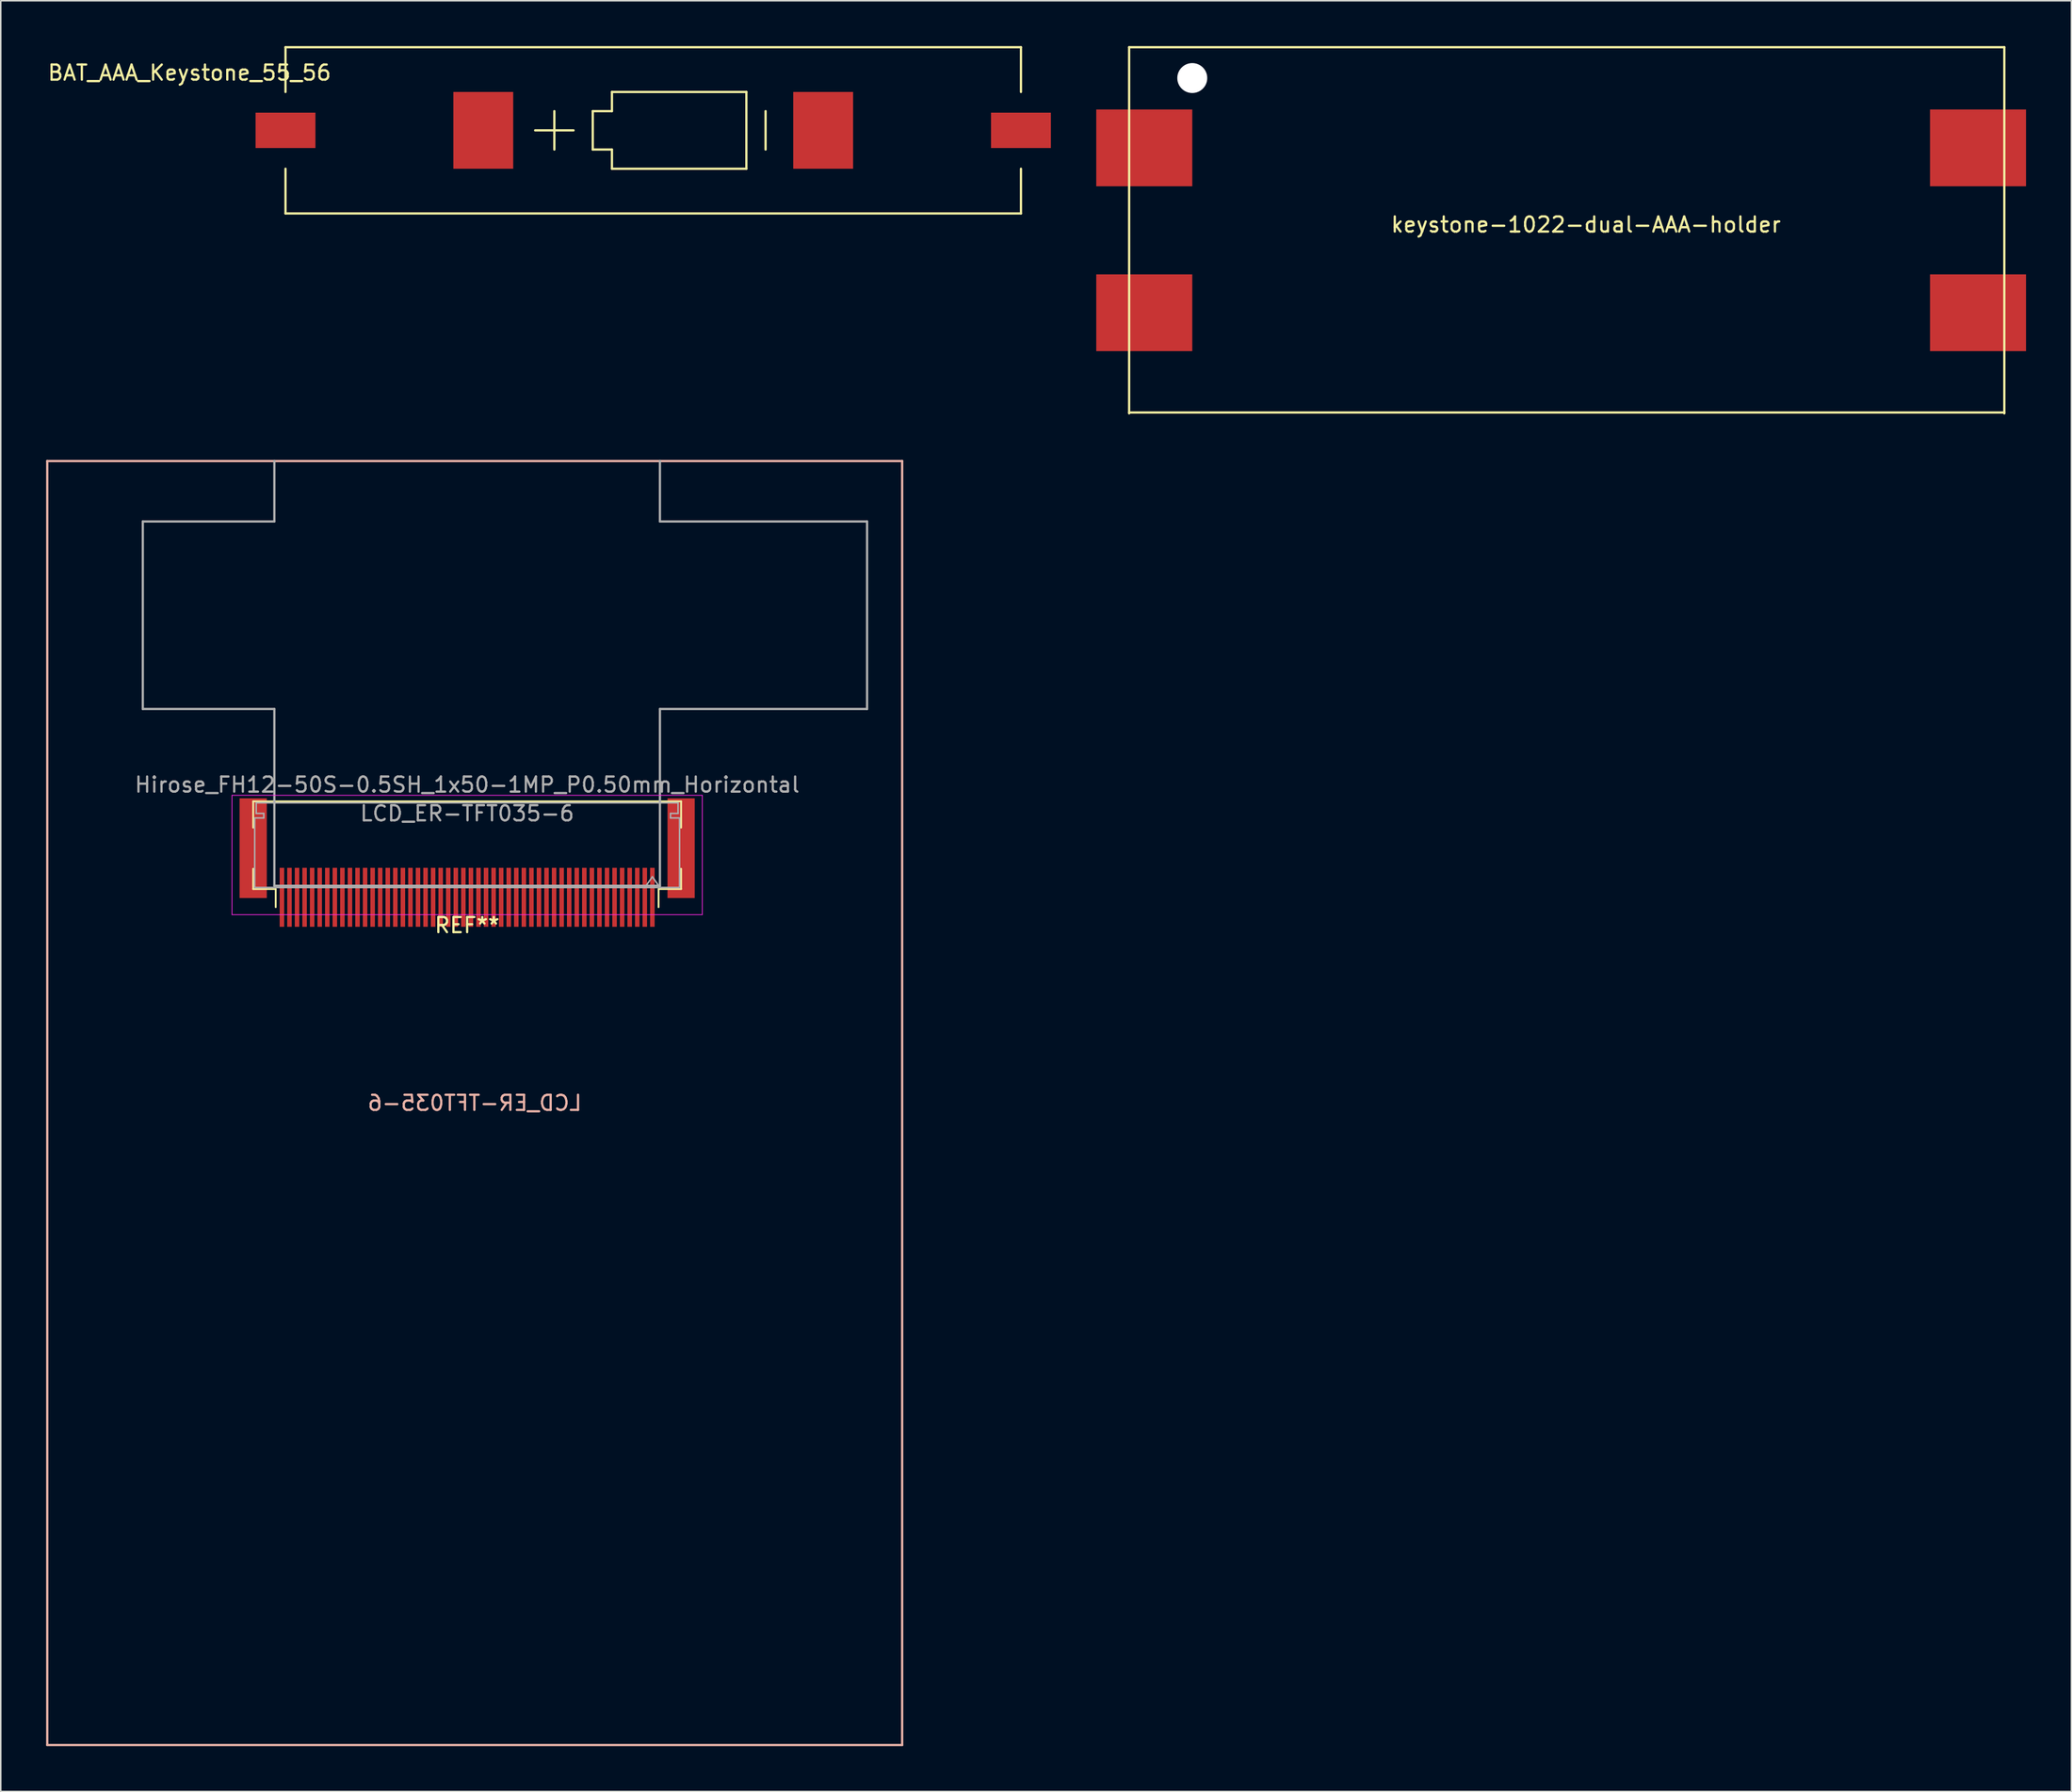
<source format=kicad_pcb>
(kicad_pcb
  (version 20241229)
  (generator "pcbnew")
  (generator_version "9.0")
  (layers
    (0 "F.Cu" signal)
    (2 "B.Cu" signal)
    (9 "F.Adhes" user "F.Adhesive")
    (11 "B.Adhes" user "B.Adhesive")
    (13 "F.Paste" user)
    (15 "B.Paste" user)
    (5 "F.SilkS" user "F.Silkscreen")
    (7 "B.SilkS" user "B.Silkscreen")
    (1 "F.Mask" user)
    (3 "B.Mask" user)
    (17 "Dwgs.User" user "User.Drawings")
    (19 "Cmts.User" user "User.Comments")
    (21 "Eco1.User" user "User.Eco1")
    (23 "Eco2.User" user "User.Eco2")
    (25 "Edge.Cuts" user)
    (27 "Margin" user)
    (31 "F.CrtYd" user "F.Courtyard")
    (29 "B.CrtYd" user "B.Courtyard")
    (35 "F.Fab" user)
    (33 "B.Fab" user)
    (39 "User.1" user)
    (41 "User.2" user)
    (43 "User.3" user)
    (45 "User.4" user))
  (footprint "keystone-1022-dual-AAA-holder"
    (layer "F.Cu")
    (at 72.627 6.735)
    (property "Reference" "keystone-1022-dual-AAA-holder" (at 29.21 5.08 0) (layer "F.SilkS") (effects (font (size 1 1) (thickness 0.15))))
    (attr through_hole)
    (fp_line (start -1 17.57) (end -1 -6.66) (stroke (width 0.15) (type solid)) (layer "F.SilkS"))
    (fp_line (start 56.88 -6.66) (end -1 -6.66) (stroke (width 0.15) (type solid)) (layer "F.SilkS"))
    (fp_line (start 56.88 17.51) (end -1 17.51) (stroke (width 0.15) (type solid)) (layer "F.SilkS"))
    (fp_line (start 56.88 17.57) (end 56.88 -6.66) (stroke (width 0.15) (type solid)) (layer "F.SilkS"))
    (pad "" np_thru_hole circle (at 3.175 -4.62) (size 1.98 1.98) (drill 1.98) (layers "*.Cu" "*.Mask"))
    (pad "1" smd rect (at 0 0) (size 6.35 5.08) (layers "F.Cu" "F.Mask" "F.Paste"))
    (pad "2" smd rect (at 0 10.91) (size 6.35 5.08) (layers "F.Cu" "F.Mask" "F.Paste"))
    (pad "3" smd rect (at 55.14 10.91) (size 6.35 5.08) (layers "F.Cu" "F.Mask" "F.Paste"))
    (pad "4" smd rect (at 55.14 0) (size 6.35 5.08) (layers "F.Cu" "F.Mask" "F.Paste")))
  (footprint "LCD_ER-TFT035-6"
    (layer "F.Cu")
    (at 28.345 69.935)
    (property "Reference" "LCD_ER-TFT035-6" (at 0 0 0) (layer "B.SilkS") (effects (font (size 1 1) (thickness 0.15)) (justify mirror)))
    (attr smd)
    (fp_line (start -14.65 -19.96) (end -14.65 -18.22) (stroke (width 0.12) (type solid)) (layer "F.SilkS"))
    (fp_line (start -14.65 -14.16) (end -14.65 -15.5) (stroke (width 0.12) (type solid)) (layer "F.SilkS"))
    (fp_line (start -13.16 -14.16) (end -14.65 -14.16) (stroke (width 0.12) (type solid)) (layer "F.SilkS"))
    (fp_line (start -13.16 -14.16) (end -13.16 -12.96) (stroke (width 0.12) (type solid)) (layer "F.SilkS"))
    (fp_line (start 12.16 -14.16) (end 12.16 -12.96) (stroke (width 0.12) (type solid)) (layer "F.SilkS"))
    (fp_line (start 12.16 -14.16) (end 13.65 -14.16) (stroke (width 0.12) (type solid)) (layer "F.SilkS"))
    (fp_line (start 13.65 -19.96) (end -14.65 -19.96) (stroke (width 0.12) (type solid)) (layer "F.SilkS"))
    (fp_line (start 13.65 -18.22) (end 13.65 -19.96) (stroke (width 0.12) (type solid)) (layer "F.SilkS"))
    (fp_line (start 13.65 -14.16) (end 13.65 -15.5) (stroke (width 0.12) (type solid)) (layer "F.SilkS"))
    (fp_line (start -28.27 -42.48) (end -28.27 42.48) (stroke (width 0.15) (type solid)) (layer "B.SilkS"))
    (fp_line (start -28.27 -42.48) (end 28.27 -42.48) (stroke (width 0.15) (type solid)) (layer "B.SilkS"))
    (fp_line (start -28.27 42.48) (end 28.27 42.48) (stroke (width 0.15) (type solid)) (layer "B.SilkS"))
    (fp_line (start 28.27 -42.48) (end 28.27 42.48) (stroke (width 0.15) (type solid)) (layer "B.SilkS"))
    (fp_line (start -16.05 -20.36) (end -16.05 -12.46) (stroke (width 0.05) (type solid)) (layer "F.CrtYd"))
    (fp_line (start -16.05 -12.46) (end 15.05 -12.46) (stroke (width 0.05) (type solid)) (layer "F.CrtYd"))
    (fp_line (start 15.05 -20.36) (end -16.05 -20.36) (stroke (width 0.05) (type solid)) (layer "F.CrtYd"))
    (fp_line (start 15.05 -12.46) (end 15.05 -20.36) (stroke (width 0.05) (type solid)) (layer "F.CrtYd"))
    (fp_line (start -21.95 -38.48) (end -21.95 -26.07) (stroke (width 0.15) (type solid)) (layer "F.Fab"))
    (fp_line (start -14.55 -18.86) (end -13.95 -18.86) (stroke (width 0.1) (type solid)) (layer "F.Fab"))
    (fp_line (start -14.55 -14.26) (end -14.55 -18.86) (stroke (width 0.1) (type solid)) (layer "F.Fab"))
    (fp_line (start -14.45 -19.86) (end -0.5 -19.86) (stroke (width 0.1) (type solid)) (layer "F.Fab"))
    (fp_line (start -14.45 -19.16) (end -14.45 -19.86) (stroke (width 0.1) (type solid)) (layer "F.Fab"))
    (fp_line (start -13.95 -19.16) (end -14.45 -19.16) (stroke (width 0.1) (type solid)) (layer "F.Fab"))
    (fp_line (start -13.95 -18.86) (end -13.95 -19.16) (stroke (width 0.1) (type solid)) (layer "F.Fab"))
    (fp_line (start -13.25 -42.48) (end -13.25 -38.48) (stroke (width 0.15) (type solid)) (layer "F.Fab"))
    (fp_line (start -13.25 -38.48) (end -21.95 -38.48) (stroke (width 0.15) (type solid)) (layer "F.Fab"))
    (fp_line (start -13.25 -26.07) (end -21.95 -26.07) (stroke (width 0.15) (type solid)) (layer "F.Fab"))
    (fp_line (start -13.25 -26.07) (end -13.25 -14.37) (stroke (width 0.15) (type solid)) (layer "F.Fab"))
    (fp_line (start -0.5 -14.26) (end -14.55 -14.26) (stroke (width 0.1) (type solid)) (layer "F.Fab"))
    (fp_line (start -0.5 -14.26) (end 13.55 -14.26) (stroke (width 0.1) (type solid)) (layer "F.Fab"))
    (fp_line (start 11.75 -14.967) (end 11.25 -14.26) (stroke (width 0.1) (type solid)) (layer "F.Fab"))
    (fp_line (start 12.25 -42.48) (end 12.25 -38.48) (stroke (width 0.15) (type solid)) (layer "F.Fab"))
    (fp_line (start 12.25 -26.07) (end 12.25 -14.37) (stroke (width 0.15) (type solid)) (layer "F.Fab"))
    (fp_line (start 12.25 -14.37) (end -13.25 -14.37) (stroke (width 0.15) (type solid)) (layer "F.Fab"))
    (fp_line (start 12.25 -14.26) (end 11.75 -14.967) (stroke (width 0.1) (type solid)) (layer "F.Fab"))
    (fp_line (start 12.95 -19.16) (end 13.45 -19.16) (stroke (width 0.1) (type solid)) (layer "F.Fab"))
    (fp_line (start 12.95 -18.86) (end 12.95 -19.16) (stroke (width 0.1) (type solid)) (layer "F.Fab"))
    (fp_line (start 13.45 -19.86) (end -0.5 -19.86) (stroke (width 0.1) (type solid)) (layer "F.Fab"))
    (fp_line (start 13.45 -19.16) (end 13.45 -19.86) (stroke (width 0.1) (type solid)) (layer "F.Fab"))
    (fp_line (start 13.55 -18.86) (end 12.95 -18.86) (stroke (width 0.1) (type solid)) (layer "F.Fab"))
    (fp_line (start 13.55 -14.26) (end 13.55 -18.86) (stroke (width 0.1) (type solid)) (layer "F.Fab"))
    (fp_line (start 25.95 -38.48) (end 12.25 -38.48) (stroke (width 0.15) (type solid)) (layer "F.Fab"))
    (fp_line (start 25.95 -38.48) (end 25.95 -26.07) (stroke (width 0.15) (type solid)) (layer "F.Fab"))
    (fp_line (start 25.95 -26.07) (end 12.25 -26.07) (stroke (width 0.15) (type solid)) (layer "F.Fab"))
    (fp_text user "REF**" (at -0.5 -11.76 180) (layer "F.SilkS") (effects (font (size 1 1) (thickness 0.15))))
    (fp_text user "${REFERENCE}" (at -0.5 -19.16 180) (layer "F.Fab") (effects (font (size 1 1) (thickness 0.15))))
    (fp_text user "Hirose_FH12-50S-0.5SH_1x50-1MP_P0.50mm_Horizontal" (at -0.5 -21.06 180) (layer "F.Fab") (effects (font (size 1 1) (thickness 0.15))))
    (pad "1" smd rect (at 11.75 -13.61 180) (size 0.3 3.9) (layers "F.Cu" "F.Mask" "F.Paste"))
    (pad "2" smd rect (at 11.25 -13.61 180) (size 0.3 3.9) (layers "F.Cu" "F.Mask" "F.Paste"))
    (pad "3" smd rect (at 10.75 -13.61 180) (size 0.3 3.9) (layers "F.Cu" "F.Mask" "F.Paste"))
    (pad "4" smd rect (at 10.25 -13.61 180) (size 0.3 3.9) (layers "F.Cu" "F.Mask" "F.Paste"))
    (pad "5" smd rect (at 9.75 -13.61 180) (size 0.3 3.9) (layers "F.Cu" "F.Mask" "F.Paste"))
    (pad "6" smd rect (at 9.25 -13.61 180) (size 0.3 3.9) (layers "F.Cu" "F.Mask" "F.Paste"))
    (pad "7" smd rect (at 8.75 -13.61 180) (size 0.3 3.9) (layers "F.Cu" "F.Mask" "F.Paste"))
    (pad "8" smd rect (at 8.25 -13.61 180) (size 0.3 3.9) (layers "F.Cu" "F.Mask" "F.Paste"))
    (pad "9" smd rect (at 7.75 -13.61 180) (size 0.3 3.9) (layers "F.Cu" "F.Mask" "F.Paste"))
    (pad "10" smd rect (at 7.25 -13.61 180) (size 0.3 3.9) (layers "F.Cu" "F.Mask" "F.Paste"))
    (pad "11" smd rect (at 6.75 -13.61 180) (size 0.3 3.9) (layers "F.Cu" "F.Mask" "F.Paste"))
    (pad "12" smd rect (at 6.25 -13.61 180) (size 0.3 3.9) (layers "F.Cu" "F.Mask" "F.Paste"))
    (pad "13" smd rect (at 5.75 -13.61 180) (size 0.3 3.9) (layers "F.Cu" "F.Mask" "F.Paste"))
    (pad "14" smd rect (at 5.25 -13.61 180) (size 0.3 3.9) (layers "F.Cu" "F.Mask" "F.Paste"))
    (pad "15" smd rect (at 4.75 -13.61 180) (size 0.3 3.9) (layers "F.Cu" "F.Mask" "F.Paste"))
    (pad "16" smd rect (at 4.25 -13.61 180) (size 0.3 3.9) (layers "F.Cu" "F.Mask" "F.Paste"))
    (pad "17" smd rect (at 3.75 -13.61 180) (size 0.3 3.9) (layers "F.Cu" "F.Mask" "F.Paste"))
    (pad "18" smd rect (at 3.25 -13.61 180) (size 0.3 3.9) (layers "F.Cu" "F.Mask" "F.Paste"))
    (pad "19" smd rect (at 2.75 -13.61 180) (size 0.3 3.9) (layers "F.Cu" "F.Mask" "F.Paste"))
    (pad "20" smd rect (at 2.25 -13.61 180) (size 0.3 3.9) (layers "F.Cu" "F.Mask" "F.Paste"))
    (pad "21" smd rect (at 1.75 -13.61 180) (size 0.3 3.9) (layers "F.Cu" "F.Mask" "F.Paste"))
    (pad "22" smd rect (at 1.25 -13.61 180) (size 0.3 3.9) (layers "F.Cu" "F.Mask" "F.Paste"))
    (pad "23" smd rect (at 0.75 -13.61 180) (size 0.3 3.9) (layers "F.Cu" "F.Mask" "F.Paste"))
    (pad "24" smd rect (at 0.25 -13.61 180) (size 0.3 3.9) (layers "F.Cu" "F.Mask" "F.Paste"))
    (pad "25" smd rect (at -0.25 -13.61 180) (size 0.3 3.9) (layers "F.Cu" "F.Mask" "F.Paste"))
    (pad "26" smd rect (at -0.75 -13.61 180) (size 0.3 3.9) (layers "F.Cu" "F.Mask" "F.Paste"))
    (pad "27" smd rect (at -1.25 -13.61 180) (size 0.3 3.9) (layers "F.Cu" "F.Mask" "F.Paste"))
    (pad "28" smd rect (at -1.75 -13.61 180) (size 0.3 3.9) (layers "F.Cu" "F.Mask" "F.Paste"))
    (pad "29" smd rect (at -2.25 -13.61 180) (size 0.3 3.9) (layers "F.Cu" "F.Mask" "F.Paste"))
    (pad "30" smd rect (at -2.75 -13.61 180) (size 0.3 3.9) (layers "F.Cu" "F.Mask" "F.Paste"))
    (pad "31" smd rect (at -3.25 -13.61 180) (size 0.3 3.9) (layers "F.Cu" "F.Mask" "F.Paste"))
    (pad "32" smd rect (at -3.75 -13.61 180) (size 0.3 3.9) (layers "F.Cu" "F.Mask" "F.Paste"))
    (pad "33" smd rect (at -4.25 -13.61 180) (size 0.3 3.9) (layers "F.Cu" "F.Mask" "F.Paste"))
    (pad "34" smd rect (at -4.75 -13.61 180) (size 0.3 3.9) (layers "F.Cu" "F.Mask" "F.Paste"))
    (pad "35" smd rect (at -5.25 -13.61 180) (size 0.3 3.9) (layers "F.Cu" "F.Mask" "F.Paste"))
    (pad "36" smd rect (at -5.75 -13.61 180) (size 0.3 3.9) (layers "F.Cu" "F.Mask" "F.Paste"))
    (pad "37" smd rect (at -6.25 -13.61 180) (size 0.3 3.9) (layers "F.Cu" "F.Mask" "F.Paste"))
    (pad "38" smd rect (at -6.75 -13.61 180) (size 0.3 3.9) (layers "F.Cu" "F.Mask" "F.Paste"))
    (pad "39" smd rect (at -7.25 -13.61 180) (size 0.3 3.9) (layers "F.Cu" "F.Mask" "F.Paste"))
    (pad "40" smd rect (at -7.75 -13.61 180) (size 0.3 3.9) (layers "F.Cu" "F.Mask" "F.Paste"))
    (pad "41" smd rect (at -8.25 -13.61 180) (size 0.3 3.9) (layers "F.Cu" "F.Mask" "F.Paste"))
    (pad "42" smd rect (at -8.75 -13.61 180) (size 0.3 3.9) (layers "F.Cu" "F.Mask" "F.Paste"))
    (pad "43" smd rect (at -9.25 -13.61 180) (size 0.3 3.9) (layers "F.Cu" "F.Mask" "F.Paste"))
    (pad "44" smd rect (at -9.75 -13.61 180) (size 0.3 3.9) (layers "F.Cu" "F.Mask" "F.Paste"))
    (pad "45" smd rect (at -10.25 -13.61 180) (size 0.3 3.9) (layers "F.Cu" "F.Mask" "F.Paste"))
    (pad "46" smd rect (at -10.75 -13.61 180) (size 0.3 3.9) (layers "F.Cu" "F.Mask" "F.Paste"))
    (pad "47" smd rect (at -11.25 -13.61 180) (size 0.3 3.9) (layers "F.Cu" "F.Mask" "F.Paste"))
    (pad "48" smd rect (at -11.75 -13.61 180) (size 0.3 3.9) (layers "F.Cu" "F.Mask" "F.Paste"))
    (pad "49" smd rect (at -12.25 -13.61 180) (size 0.3 3.9) (layers "F.Cu" "F.Mask" "F.Paste"))
    (pad "50" smd rect (at -12.75 -13.61 180) (size 0.3 3.9) (layers "F.Cu" "F.Mask" "F.Paste"))
    (pad "MP" smd rect (at -14.65 -16.86 180) (size 1.8 6.6) (layers "F.Cu" "F.Mask" "F.Paste"))
    (pad "MP" smd rect (at 13.65 -16.86 180) (size 1.8 6.6) (layers "F.Cu" "F.Mask" "F.Paste")))
  (footprint "BAT_AAA_Keystone_55_56"
    (layer "F.Cu")
    (at 40.152 5.575)
    (property "Reference" "BAT_AAA_Keystone_55_56" (at -30.67 -3.81 0) (layer "F.SilkS") (effects (font (size 1 1) (thickness 0.15))))
    (attr through_hole)
    (fp_line (start -24.32 -2.54) (end -24.32 -5.5) (stroke (width 0.15) (type solid)) (layer "F.SilkS"))
    (fp_line (start -24.32 5.5) (end -24.32 2.54) (stroke (width 0.15) (type solid)) (layer "F.SilkS"))
    (fp_line (start -24.32 5.5) (end 24.32 5.5) (stroke (width 0.15) (type solid)) (layer "F.SilkS"))
    (fp_line (start -7.81 0) (end -5.27 0) (stroke (width 0.15) (type solid)) (layer "F.SilkS"))
    (fp_line (start -6.54 -1.27) (end -6.54 1.27) (stroke (width 0.15) (type solid)) (layer "F.SilkS"))
    (fp_line (start -4 -1.27) (end -4 1.27) (stroke (width 0.15) (type solid)) (layer "F.SilkS"))
    (fp_line (start -4 1.27) (end -2.73 1.27) (stroke (width 0.15) (type solid)) (layer "F.SilkS"))
    (fp_line (start -2.73 -2.54) (end -2.73 -1.27) (stroke (width 0.15) (type solid)) (layer "F.SilkS"))
    (fp_line (start -2.73 -1.27) (end -4 -1.27) (stroke (width 0.15) (type solid)) (layer "F.SilkS"))
    (fp_line (start -2.73 1.27) (end -2.73 2.54) (stroke (width 0.15) (type solid)) (layer "F.SilkS"))
    (fp_line (start -2.73 2.54) (end 6.16 2.54) (stroke (width 0.15) (type solid)) (layer "F.SilkS"))
    (fp_line (start 6.16 -2.54) (end -2.73 -2.54) (stroke (width 0.15) (type solid)) (layer "F.SilkS"))
    (fp_line (start 6.16 2.54) (end 6.16 -2.54) (stroke (width 0.15) (type solid)) (layer "F.SilkS"))
    (fp_line (start 7.43 -1.27) (end 7.43 1.27) (stroke (width 0.15) (type solid)) (layer "F.SilkS"))
    (fp_line (start 24.32 -5.5) (end -24.32 -5.5) (stroke (width 0.15) (type solid)) (layer "F.SilkS"))
    (fp_line (start 24.32 -2.54) (end 24.32 -5.5) (stroke (width 0.15) (type solid)) (layer "F.SilkS"))
    (fp_line (start 24.32 5.5) (end 24.32 2.54) (stroke (width 0.15) (type solid)) (layer "F.SilkS"))
    (pad "1" smd rect (at -24.32 0) (size 3.96 2.34) (layers "F.Cu" "F.Mask" "F.Paste"))
    (pad "1" smd rect (at -11.24 0) (size 3.96 5.08) (layers "F.Cu" "F.Mask" "F.Paste"))
    (pad "2" smd rect (at 11.24 0 180) (size 3.96 5.08) (layers "F.Cu" "F.Mask" "F.Paste"))
    (pad "2" smd rect (at 24.32 0 180) (size 3.96 2.34) (layers "F.Cu" "F.Mask" "F.Paste")))
  (gr_rect
    (start -3 -3)
    (end 133.942 115.49)
    (stroke (width 0.1) (type default))
    (fill no)
    (layer "Edge.Cuts")))
</source>
